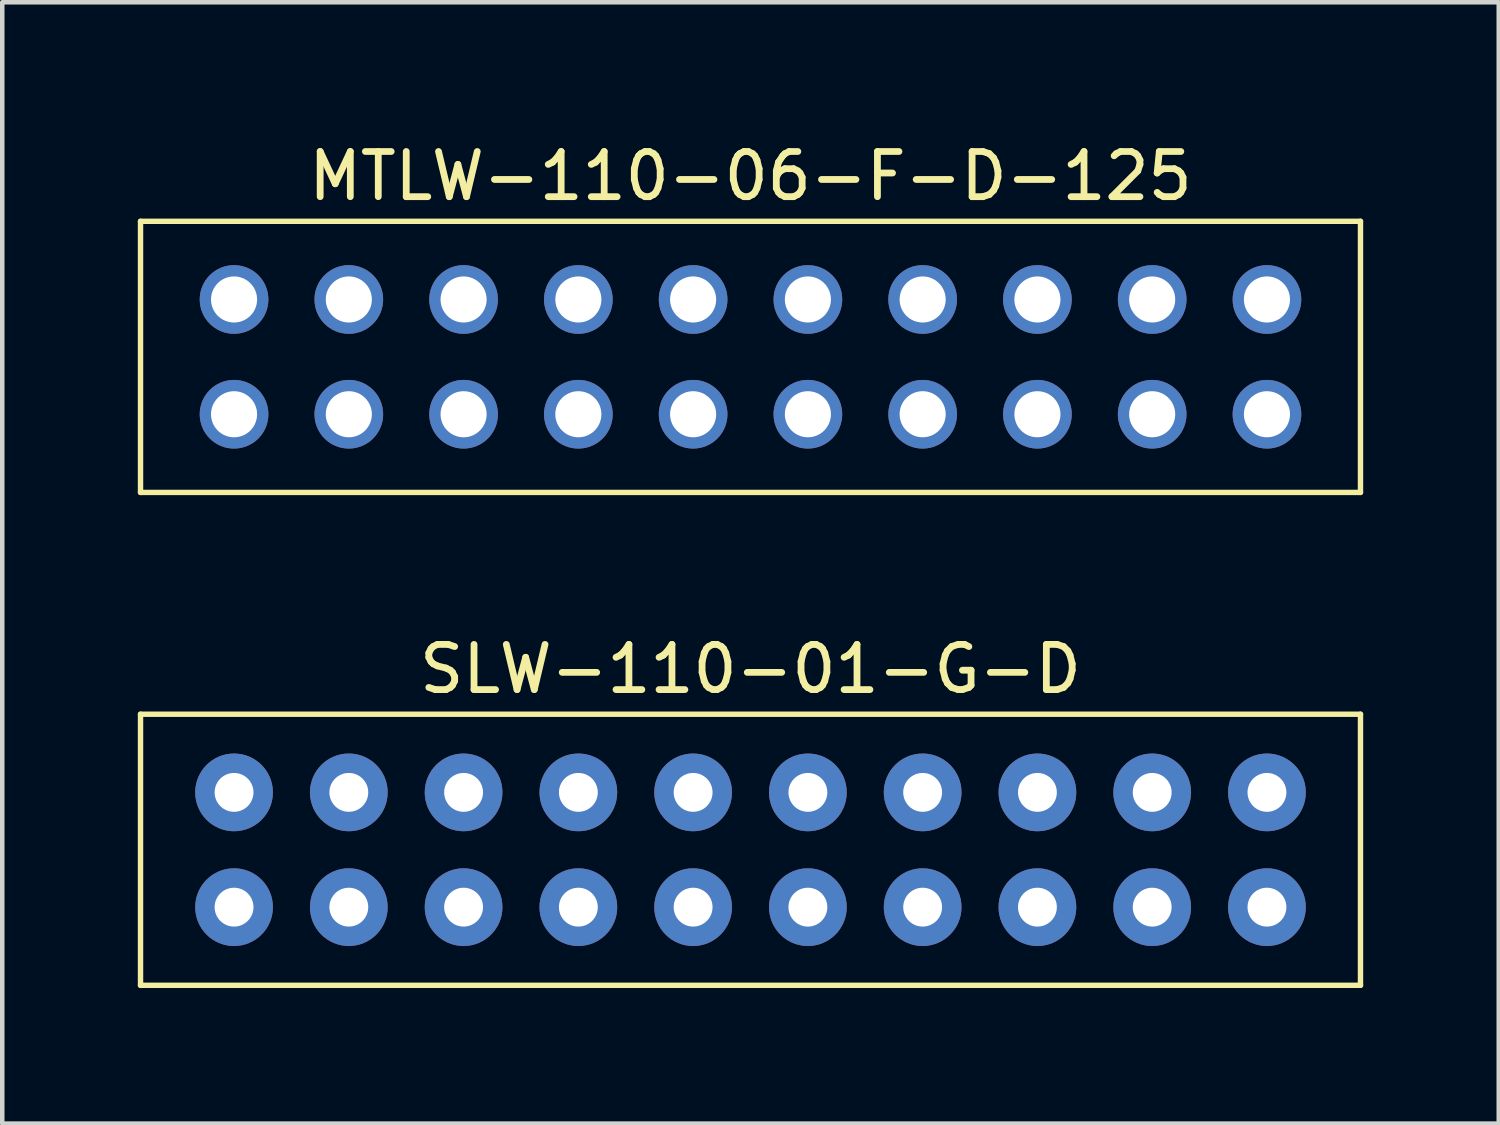
<source format=kicad_pcb>
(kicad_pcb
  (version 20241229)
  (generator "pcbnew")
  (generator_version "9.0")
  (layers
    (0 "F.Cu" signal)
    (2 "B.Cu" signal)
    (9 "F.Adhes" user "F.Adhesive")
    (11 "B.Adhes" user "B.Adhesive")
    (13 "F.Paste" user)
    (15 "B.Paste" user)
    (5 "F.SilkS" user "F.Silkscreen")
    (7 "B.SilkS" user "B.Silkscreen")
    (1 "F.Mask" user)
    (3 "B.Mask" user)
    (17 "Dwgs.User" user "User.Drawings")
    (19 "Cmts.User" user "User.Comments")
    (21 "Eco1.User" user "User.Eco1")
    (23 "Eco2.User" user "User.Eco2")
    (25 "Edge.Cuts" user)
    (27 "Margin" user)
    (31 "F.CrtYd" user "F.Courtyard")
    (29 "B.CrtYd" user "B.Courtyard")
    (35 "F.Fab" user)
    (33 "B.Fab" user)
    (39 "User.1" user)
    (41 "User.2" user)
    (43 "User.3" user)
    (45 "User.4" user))
  (footprint "SLW-110-01-G-D"
    (layer "F.Cu")
    (at 13.56 15.757)
    (property "Reference" "SLW-110-01-G-D" (at 0 -4 0) (layer "F.SilkS") (effects (font (size 1 1) (thickness 0.15))))
    (attr through_hole)
    (fp_line (start -13.5 -3) (end -13.5 3) (stroke (width 0.12) (type solid)) (layer "F.SilkS"))
    (fp_line (start -13.5 -3) (end 13.5 -3) (stroke (width 0.12) (type solid)) (layer "F.SilkS"))
    (fp_line (start -13.5 3) (end 13.5 3) (stroke (width 0.12) (type solid)) (layer "F.SilkS"))
    (fp_line (start 13.5 -3) (end 13.5 3) (stroke (width 0.12) (type solid)) (layer "F.SilkS"))
    (pad "1" thru_hole circle (at 11.43 1.27) (size 1.72 1.72) (drill 0.86) (layers "*.Cu" "*.Mask"))
    (pad "2" thru_hole circle (at 11.43 -1.27) (size 1.72 1.72) (drill 0.86) (layers "*.Cu" "*.Mask"))
    (pad "3" thru_hole circle (at 8.89 1.27) (size 1.72 1.72) (drill 0.86) (layers "*.Cu" "*.Mask"))
    (pad "4" thru_hole circle (at 8.89 -1.27) (size 1.72 1.72) (drill 0.86) (layers "*.Cu" "*.Mask"))
    (pad "5" thru_hole circle (at 6.35 1.27) (size 1.72 1.72) (drill 0.86) (layers "*.Cu" "*.Mask"))
    (pad "6" thru_hole circle (at 6.35 -1.27) (size 1.72 1.72) (drill 0.86) (layers "*.Cu" "*.Mask"))
    (pad "7" thru_hole circle (at 3.81 1.27) (size 1.72 1.72) (drill 0.86) (layers "*.Cu" "*.Mask"))
    (pad "8" thru_hole circle (at 3.81 -1.27) (size 1.72 1.72) (drill 0.86) (layers "*.Cu" "*.Mask"))
    (pad "9" thru_hole circle (at 1.27 1.27) (size 1.72 1.72) (drill 0.86) (layers "*.Cu" "*.Mask"))
    (pad "10" thru_hole circle (at 1.27 -1.27) (size 1.72 1.72) (drill 0.86) (layers "*.Cu" "*.Mask"))
    (pad "11" thru_hole circle (at -1.27 1.27) (size 1.72 1.72) (drill 0.86) (layers "*.Cu" "*.Mask"))
    (pad "12" thru_hole circle (at -1.27 -1.27) (size 1.72 1.72) (drill 0.86) (layers "*.Cu" "*.Mask"))
    (pad "13" thru_hole circle (at -3.81 1.27) (size 1.72 1.72) (drill 0.86) (layers "*.Cu" "*.Mask"))
    (pad "14" thru_hole circle (at -3.81 -1.27) (size 1.72 1.72) (drill 0.86) (layers "*.Cu" "*.Mask"))
    (pad "15" thru_hole circle (at -6.35 1.27) (size 1.72 1.72) (drill 0.86) (layers "*.Cu" "*.Mask"))
    (pad "16" thru_hole circle (at -6.35 -1.27) (size 1.72 1.72) (drill 0.86) (layers "*.Cu" "*.Mask"))
    (pad "17" thru_hole circle (at -8.89 1.27) (size 1.72 1.72) (drill 0.86) (layers "*.Cu" "*.Mask"))
    (pad "18" thru_hole circle (at -8.89 -1.27) (size 1.72 1.72) (drill 0.86) (layers "*.Cu" "*.Mask"))
    (pad "19" thru_hole circle (at -11.43 1.27) (size 1.72 1.72) (drill 0.86) (layers "*.Cu" "*.Mask"))
    (pad "20" thru_hole circle (at -11.43 -1.27) (size 1.72 1.72) (drill 0.86) (layers "*.Cu" "*.Mask")))
  (footprint "MTLW-110-06-F-D-125"
    (layer "F.Cu")
    (at 13.56 4.848)
    (property "Reference" "MTLW-110-06-F-D-125" (at 0 -4 0) (layer "F.SilkS") (effects (font (size 1 1) (thickness 0.15))))
    (attr through_hole)
    (fp_line (start -13.5 -3) (end -13.5 3) (stroke (width 0.12) (type solid)) (layer "F.SilkS"))
    (fp_line (start -13.5 -3) (end 13.5 -3) (stroke (width 0.12) (type solid)) (layer "F.SilkS"))
    (fp_line (start -13.5 3) (end 13.5 3) (stroke (width 0.12) (type solid)) (layer "F.SilkS"))
    (fp_line (start 13.5 -3) (end 13.5 3) (stroke (width 0.12) (type solid)) (layer "F.SilkS"))
    (pad "1" thru_hole circle (at -11.43 1.27) (size 1.52 1.52) (drill 1.02) (layers "*.Cu" "*.Mask"))
    (pad "2" thru_hole circle (at -11.43 -1.27) (size 1.52 1.52) (drill 1.02) (layers "*.Cu" "*.Mask"))
    (pad "3" thru_hole circle (at -8.89 1.27) (size 1.52 1.52) (drill 1.02) (layers "*.Cu" "*.Mask"))
    (pad "4" thru_hole circle (at -8.89 -1.27) (size 1.52 1.52) (drill 1.02) (layers "*.Cu" "*.Mask"))
    (pad "5" thru_hole circle (at -6.35 1.27) (size 1.52 1.52) (drill 1.02) (layers "*.Cu" "*.Mask"))
    (pad "6" thru_hole circle (at -6.35 -1.27) (size 1.52 1.52) (drill 1.02) (layers "*.Cu" "*.Mask"))
    (pad "7" thru_hole circle (at -3.81 1.27) (size 1.52 1.52) (drill 1.02) (layers "*.Cu" "*.Mask"))
    (pad "8" thru_hole circle (at -3.81 -1.27) (size 1.52 1.52) (drill 1.02) (layers "*.Cu" "*.Mask"))
    (pad "9" thru_hole circle (at -1.27 1.27) (size 1.52 1.52) (drill 1.02) (layers "*.Cu" "*.Mask"))
    (pad "10" thru_hole circle (at -1.27 -1.27) (size 1.52 1.52) (drill 1.02) (layers "*.Cu" "*.Mask"))
    (pad "11" thru_hole circle (at 1.27 1.27) (size 1.52 1.52) (drill 1.02) (layers "*.Cu" "*.Mask"))
    (pad "12" thru_hole circle (at 1.27 -1.27) (size 1.52 1.52) (drill 1.02) (layers "*.Cu" "*.Mask"))
    (pad "13" thru_hole circle (at 3.81 1.27) (size 1.52 1.52) (drill 1.02) (layers "*.Cu" "*.Mask"))
    (pad "14" thru_hole circle (at 3.81 -1.27) (size 1.52 1.52) (drill 1.02) (layers "*.Cu" "*.Mask"))
    (pad "15" thru_hole circle (at 6.35 1.27) (size 1.52 1.52) (drill 1.02) (layers "*.Cu" "*.Mask"))
    (pad "16" thru_hole circle (at 6.35 -1.27) (size 1.52 1.52) (drill 1.02) (layers "*.Cu" "*.Mask"))
    (pad "17" thru_hole circle (at 8.89 1.27) (size 1.52 1.52) (drill 1.02) (layers "*.Cu" "*.Mask"))
    (pad "18" thru_hole circle (at 8.89 -1.27) (size 1.52 1.52) (drill 1.02) (layers "*.Cu" "*.Mask"))
    (pad "19" thru_hole circle (at 11.43 1.27) (size 1.52 1.52) (drill 1.02) (layers "*.Cu" "*.Mask"))
    (pad "20" thru_hole circle (at 11.43 -1.27) (size 1.52 1.52) (drill 1.02) (layers "*.Cu" "*.Mask")))
  (gr_rect
    (start -3 -3)
    (end 30.12 21.817)
    (stroke (width 0.1) (type default))
    (fill no)
    (layer "Edge.Cuts")))
</source>
